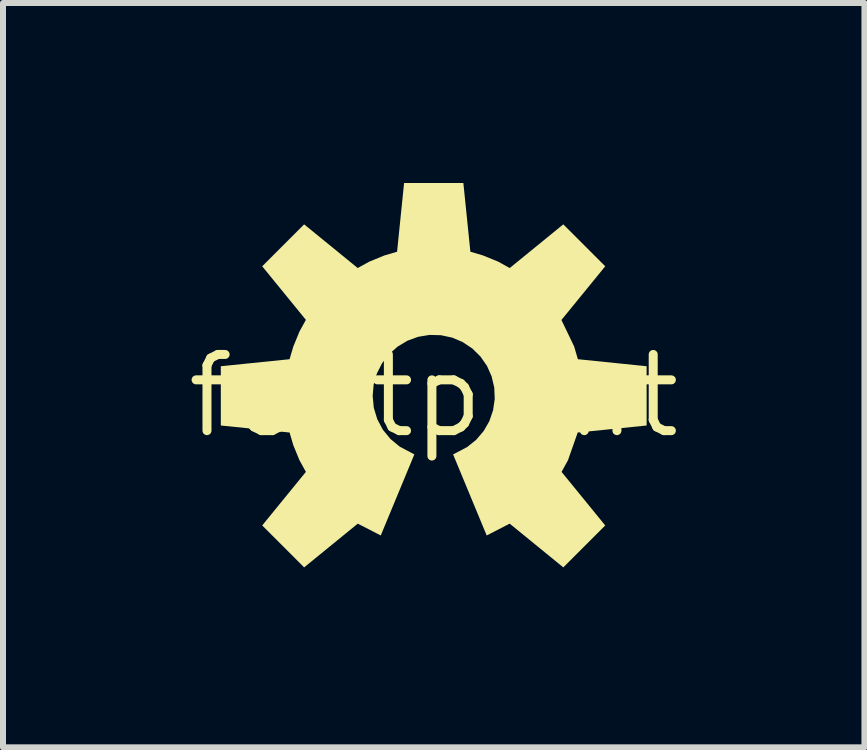
<source format=kicad_pcb>
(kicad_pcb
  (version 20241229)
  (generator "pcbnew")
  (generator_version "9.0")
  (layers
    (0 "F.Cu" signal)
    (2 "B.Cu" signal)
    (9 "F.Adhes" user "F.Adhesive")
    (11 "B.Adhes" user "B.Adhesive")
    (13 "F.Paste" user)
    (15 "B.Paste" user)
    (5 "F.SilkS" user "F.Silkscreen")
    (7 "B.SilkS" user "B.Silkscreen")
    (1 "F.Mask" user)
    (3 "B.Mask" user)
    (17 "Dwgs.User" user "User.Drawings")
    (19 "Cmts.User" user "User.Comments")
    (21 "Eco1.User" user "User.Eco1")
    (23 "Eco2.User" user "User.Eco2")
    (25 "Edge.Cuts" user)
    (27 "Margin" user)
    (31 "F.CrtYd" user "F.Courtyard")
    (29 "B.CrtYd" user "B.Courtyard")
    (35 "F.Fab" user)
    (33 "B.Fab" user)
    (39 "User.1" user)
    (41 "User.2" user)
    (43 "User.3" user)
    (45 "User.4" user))
  (footprint "footprint"
    (layer "F.Cu")
    (at 4.18 3.549)
    (property "Reference" "footprint" (at 0 0 0) (layer "F.SilkS") (effects (font (size 1.27 1.27) (thickness 0.15))))
    (fp_poly (pts (xy 0.611 -2.403) (xy 0.821 -2.341) (xy 1.075 -2.237) (xy 1.267 -2.131) (xy 2.16 -2.859) (xy 2.859 -2.16) (xy 2.129 -1.265) (xy 2.341 -0.823) (xy 2.403 -0.611) (xy 3.549 -0.494) (xy 3.549 0.494) (xy 2.4 0.611) (xy 2.238 1.073) (xy 2.131 1.267) (xy 2.859 2.16) (xy 2.16 2.859) (xy 1.266 2.13) (xy 0.883 2.327) (xy 0.323 0.976) (xy 0.559 0.852) (xy 0.708 0.732) (xy 0.832 0.587) (xy 0.927 0.422) (xy 0.989 0.241) (xy 1.017 0.052) (xy 1.009 -0.139) (xy 0.965 -0.325) (xy 0.888 -0.499) (xy 0.779 -0.656) (xy 0.643 -0.79) (xy 0.484 -0.896) (xy 0.308 -0.971) (xy 0.121 -1.011) (xy -0.07 -1.016) (xy -0.258 -0.985) (xy -0.437 -0.92) (xy -0.601 -0.822) (xy -0.744 -0.695) (xy -0.861 -0.544) (xy -0.947 -0.374) (xy -1.001 -0.19) (xy -1.018 -0.000157) (xy -0.999 0.199) (xy -0.941 0.39) (xy -0.847 0.566) (xy -0.72 0.72) (xy -0.566 0.847) (xy -0.323 0.976) (xy -0.883 2.327) (xy -1.266 2.13) (xy -2.16 2.859) (xy -2.859 2.16) (xy -2.131 1.267) (xy -2.237 1.075) (xy -2.341 0.821) (xy -2.403 0.611) (xy -3.549 0.494) (xy -3.549 -0.494) (xy -2.403 -0.611) (xy -2.341 -0.821) (xy -2.237 -1.075) (xy -2.131 -1.267) (xy -2.859 -2.16) (xy -2.16 -2.859) (xy -1.267 -2.131) (xy -1.075 -2.237) (xy -0.821 -2.341) (xy -0.611 -2.403) (xy -0.494 -3.549) (xy 0.494 -3.549)) (stroke (width 0) (type solid)) (fill yes) (layer "F.SilkS")))
  (gr_rect
    (start -3 -3)
    (end 11.36 9.408)
    (stroke (width 0.1) (type default))
    (fill no)
    (layer "Edge.Cuts")))
</source>
